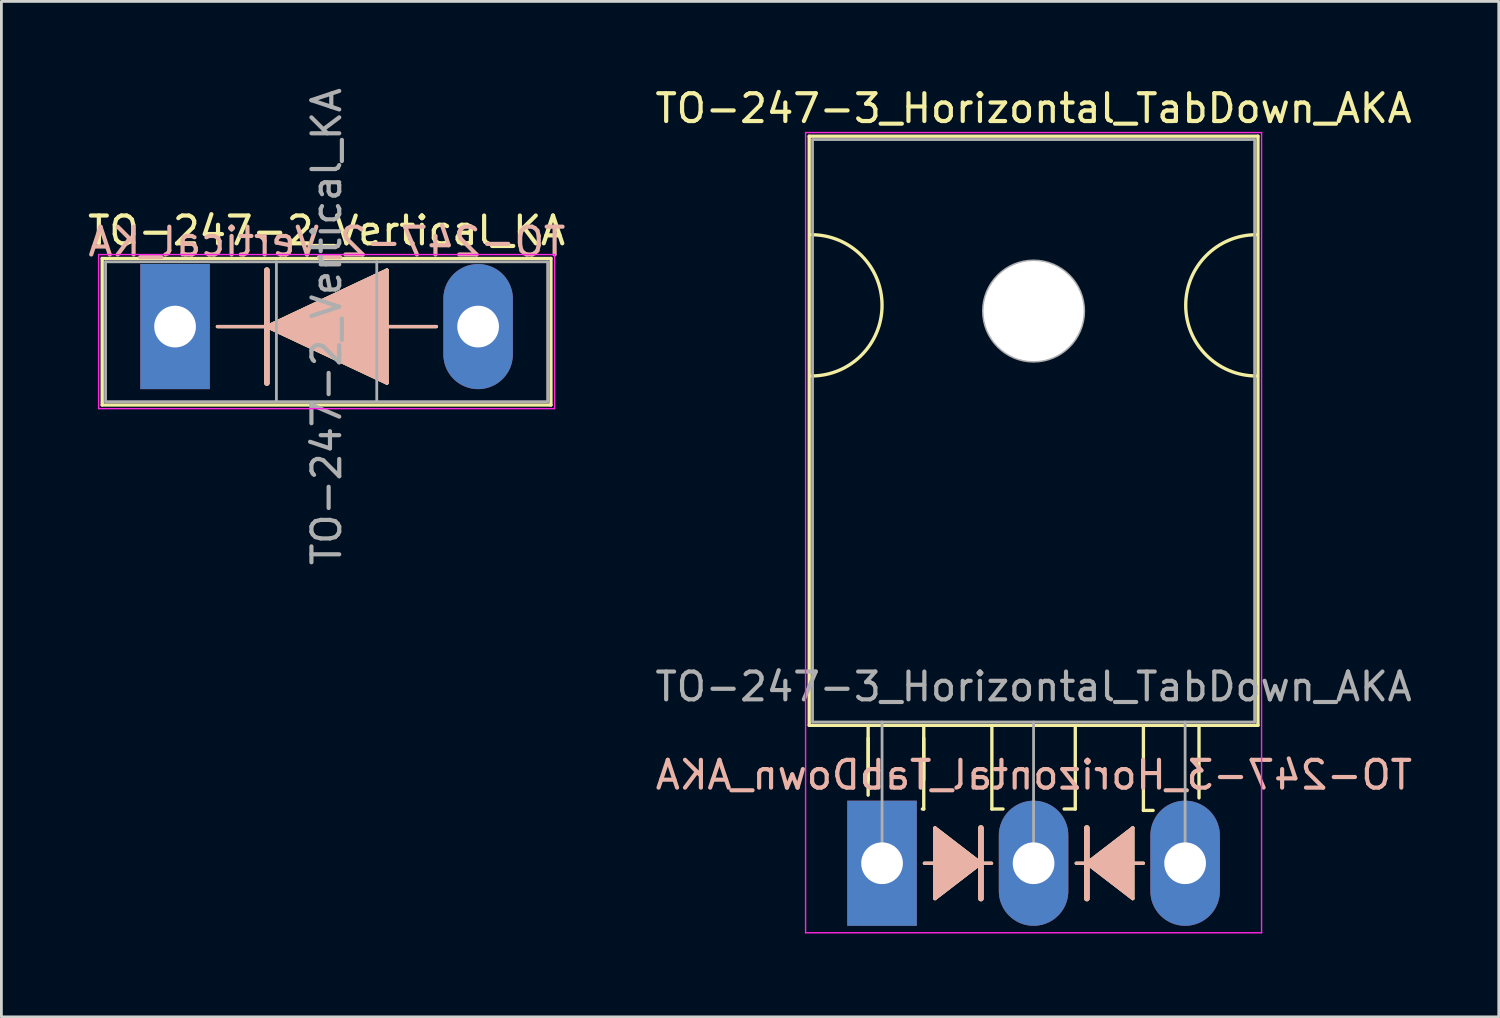
<source format=kicad_pcb>
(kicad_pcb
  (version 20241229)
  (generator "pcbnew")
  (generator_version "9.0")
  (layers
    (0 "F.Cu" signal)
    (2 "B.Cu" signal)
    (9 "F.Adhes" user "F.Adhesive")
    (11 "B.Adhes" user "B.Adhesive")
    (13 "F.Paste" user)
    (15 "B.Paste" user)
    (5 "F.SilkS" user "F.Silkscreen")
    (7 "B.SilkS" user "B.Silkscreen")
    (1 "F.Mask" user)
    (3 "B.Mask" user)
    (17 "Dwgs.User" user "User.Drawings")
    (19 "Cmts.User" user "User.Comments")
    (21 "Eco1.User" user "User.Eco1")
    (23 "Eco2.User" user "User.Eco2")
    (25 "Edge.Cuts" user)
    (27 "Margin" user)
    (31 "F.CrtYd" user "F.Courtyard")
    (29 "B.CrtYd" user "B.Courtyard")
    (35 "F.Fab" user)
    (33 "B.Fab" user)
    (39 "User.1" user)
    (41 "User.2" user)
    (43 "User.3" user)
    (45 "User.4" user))
  (footprint "TO-247-3_Horizontal_TabDown_AKA"
    (layer "F.Cu")
    (at 28.674 27.998)
    (property "Reference" "TO-247-3_Horizontal_TabDown_AKA" (at 5.45 -27.15 0) (layer "F.SilkS") (effects (font (size 1 1) (thickness 0.15))))
    (fp_line (start -2.62 -26.15) (end -2.62 -4.96) (stroke (width 0.12) (type solid)) (layer "F.SilkS"))
    (fp_line (start -2.62 -26.15) (end 13.52 -26.15) (stroke (width 0.12) (type solid)) (layer "F.SilkS"))
    (fp_line (start -2.62 -4.96) (end 13.52 -4.96) (stroke (width 0.12) (type solid)) (layer "F.SilkS"))
    (fp_line (start -0.5 -4.95) (end -0.5 -2.45) (stroke (width 0.12) (type solid)) (layer "F.SilkS"))
    (fp_line (start -0.5 -4.5) (end -0.5 -3) (stroke (width 0.12) (type solid)) (layer "F.SilkS"))
    (fp_line (start 1.5 -4.95) (end 1.5 -1.95) (stroke (width 0.12) (type solid)) (layer "F.SilkS"))
    (fp_line (start 1.5 -4.5) (end 1.5 -3) (stroke (width 0.12) (type solid)) (layer "F.SilkS"))
    (fp_line (start 1.5 -1.95) (end 1.45 -1.95) (stroke (width 0.12) (type solid)) (layer "F.SilkS"))
    (fp_line (start 1.524 0) (end 1.905 0) (stroke (width 0.12) (type solid)) (layer "F.SilkS"))
    (fp_line (start 1.905 -1.27) (end 1.905 1.27) (stroke (width 0.12) (type solid)) (layer "F.SilkS"))
    (fp_line (start 1.905 1.27) (end 3.556 0) (stroke (width 0.12) (type solid)) (layer "F.SilkS"))
    (fp_line (start 3.556 0) (end 1.905 -1.27) (stroke (width 0.12) (type solid)) (layer "F.SilkS"))
    (fp_line (start 3.556 0) (end 3.556 -1.27) (stroke (width 0.2) (type solid)) (layer "F.SilkS"))
    (fp_line (start 3.556 1.27) (end 3.556 0) (stroke (width 0.2) (type solid)) (layer "F.SilkS"))
    (fp_line (start 3.937 0) (end 3.556 0) (stroke (width 0.12) (type solid)) (layer "F.SilkS"))
    (fp_line (start 3.95 -4.9) (end 3.95 -1.95) (stroke (width 0.12) (type solid)) (layer "F.SilkS"))
    (fp_line (start 3.95 -1.95) (end 4.35 -1.95) (stroke (width 0.12) (type solid)) (layer "F.SilkS"))
    (fp_line (start 6.95 -4.95) (end 6.95 -1.95) (stroke (width 0.12) (type solid)) (layer "F.SilkS"))
    (fp_line (start 6.95 -1.95) (end 6.55 -1.95) (stroke (width 0.12) (type solid)) (layer "F.SilkS"))
    (fp_line (start 6.985 0) (end 7.366 0) (stroke (width 0.12) (type solid)) (layer "F.SilkS"))
    (fp_line (start 7.366 -1.27) (end 7.366 0) (stroke (width 0.2) (type solid)) (layer "F.SilkS"))
    (fp_line (start 7.366 0) (end 7.366 1.27) (stroke (width 0.2) (type solid)) (layer "F.SilkS"))
    (fp_line (start 7.366 0) (end 9.017 1.27) (stroke (width 0.12) (type solid)) (layer "F.SilkS"))
    (fp_line (start 9.017 -1.27) (end 7.366 0) (stroke (width 0.12) (type solid)) (layer "F.SilkS"))
    (fp_line (start 9.017 1.27) (end 9.017 -1.27) (stroke (width 0.12) (type solid)) (layer "F.SilkS"))
    (fp_line (start 9.398 0) (end 9.017 0) (stroke (width 0.12) (type solid)) (layer "F.SilkS"))
    (fp_line (start 9.4 -4.9) (end 9.4 -1.9) (stroke (width 0.12) (type solid)) (layer "F.SilkS"))
    (fp_line (start 9.4 -1.9) (end 9.75 -1.9) (stroke (width 0.12) (type solid)) (layer "F.SilkS"))
    (fp_line (start 11.4 -4.9) (end 11.4 -2.35) (stroke (width 0.12) (type solid)) (layer "F.SilkS"))
    (fp_line (start 13.52 -26.15) (end 13.52 -4.96) (stroke (width 0.12) (type solid)) (layer "F.SilkS"))
    (fp_arc (start -2.54 -22.606) (mid 0 -20.066) (end -2.54 -17.526) (stroke (width 0.12) (type solid)) (layer "F.SilkS"))
    (fp_arc (start 13.462 -17.526) (mid 10.922 -20.066) (end 13.462 -22.606) (stroke (width 0.12) (type solid)) (layer "F.SilkS"))
    (fp_poly (pts (xy 3.556 0) (xy 1.905 1.27) (xy 1.905 -1.27)) (stroke (width 0.1) (type solid)) (fill yes) (layer "F.SilkS"))
    (fp_poly (pts (xy 9.017 1.27) (xy 7.366 0) (xy 9.017 -1.27)) (stroke (width 0.1) (type solid)) (fill yes) (layer "F.SilkS"))
    (fp_line (start 1.524 0) (end 1.905 0) (stroke (width 0.12) (type solid)) (layer "B.SilkS"))
    (fp_line (start 1.905 -1.27) (end 3.556 0) (stroke (width 0.12) (type solid)) (layer "B.SilkS"))
    (fp_line (start 1.905 1.27) (end 1.905 -1.27) (stroke (width 0.12) (type solid)) (layer "B.SilkS"))
    (fp_line (start 3.556 -1.27) (end 3.556 0) (stroke (width 0.2) (type solid)) (layer "B.SilkS"))
    (fp_line (start 3.556 0) (end 1.905 1.27) (stroke (width 0.12) (type solid)) (layer "B.SilkS"))
    (fp_line (start 3.556 0) (end 3.556 1.27) (stroke (width 0.2) (type solid)) (layer "B.SilkS"))
    (fp_line (start 3.937 0) (end 3.556 0) (stroke (width 0.12) (type solid)) (layer "B.SilkS"))
    (fp_line (start 6.985 0) (end 7.366 0) (stroke (width 0.12) (type solid)) (layer "B.SilkS"))
    (fp_line (start 7.366 0) (end 7.366 -1.27) (stroke (width 0.2) (type solid)) (layer "B.SilkS"))
    (fp_line (start 7.366 0) (end 9.017 -1.27) (stroke (width 0.12) (type solid)) (layer "B.SilkS"))
    (fp_line (start 7.366 1.27) (end 7.366 0) (stroke (width 0.2) (type solid)) (layer "B.SilkS"))
    (fp_line (start 9.017 -1.27) (end 9.017 1.27) (stroke (width 0.12) (type solid)) (layer "B.SilkS"))
    (fp_line (start 9.017 1.27) (end 7.366 0) (stroke (width 0.12) (type solid)) (layer "B.SilkS"))
    (fp_line (start 9.398 0) (end 9.017 0) (stroke (width 0.12) (type solid)) (layer "B.SilkS"))
    (fp_poly (pts (xy 3.556 0) (xy 1.905 -1.27) (xy 1.905 1.27)) (stroke (width 0.1) (type solid)) (fill yes) (layer "B.SilkS"))
    (fp_poly (pts (xy 7.366 0) (xy 9.017 1.27) (xy 9.017 -1.27)) (stroke (width 0.1) (type solid)) (fill yes) (layer "B.SilkS"))
    (fp_line (start -2.75 -26.28) (end -2.75 2.5) (stroke (width 0.05) (type solid)) (layer "F.CrtYd"))
    (fp_line (start -2.75 2.5) (end 13.65 2.5) (stroke (width 0.05) (type solid)) (layer "F.CrtYd"))
    (fp_line (start 13.65 -26.28) (end -2.75 -26.28) (stroke (width 0.05) (type solid)) (layer "F.CrtYd"))
    (fp_line (start 13.65 2.5) (end 13.65 -26.28) (stroke (width 0.05) (type solid)) (layer "F.CrtYd"))
    (fp_line (start -2.5 -26.03) (end 13.4 -26.03) (stroke (width 0.1) (type solid)) (layer "F.Fab"))
    (fp_line (start -2.5 -5.08) (end -2.5 -26.03) (stroke (width 0.1) (type solid)) (layer "F.Fab"))
    (fp_line (start 0 -5.08) (end 0 0) (stroke (width 0.1) (type solid)) (layer "F.Fab"))
    (fp_line (start 5.45 -5.08) (end 5.45 0) (stroke (width 0.1) (type solid)) (layer "F.Fab"))
    (fp_line (start 10.9 -5.08) (end 10.9 0) (stroke (width 0.1) (type solid)) (layer "F.Fab"))
    (fp_line (start 13.4 -26.03) (end 13.4 -5.08) (stroke (width 0.1) (type solid)) (layer "F.Fab"))
    (fp_line (start 13.4 -5.08) (end -2.5 -5.08) (stroke (width 0.1) (type solid)) (layer "F.Fab"))
    (fp_circle (center 5.45 -19.86) (end 7.255 -19.86) (stroke (width 0.1) (type solid)) (fill no) (layer "F.Fab"))
    (fp_text user "${REFERENCE}" (at 5.461 -3.175 0) (layer "B.SilkS") (effects (font (size 1 1) (thickness 0.15)) (justify mirror)))
    (fp_text user "${REFERENCE}" (at 5.45 -6.35 0) (layer "F.Fab") (effects (font (size 1 1) (thickness 0.15))))
    (pad "" np_thru_hole oval (at 5.45 -19.86) (size 3.6 3.6) (drill 3.6) (layers "*.Cu" "*.Mask"))
    (pad "1" thru_hole rect (at 0 0) (size 2.5 4.5) (drill 1.5) (layers "*.Cu" "*.Mask"))
    (pad "2" thru_hole oval (at 5.45 0) (size 2.5 4.5) (drill 1.5) (layers "*.Cu" "*.Mask"))
    (pad "3" thru_hole oval (at 10.9 0) (size 2.5 4.5) (drill 1.5) (layers "*.Cu" "*.Mask")))
  (footprint "TO-247-2_Vertical_KA"
    (layer "F.Cu")
    (at 3.246 8.696)
    (property "Reference" "TO-247-2_Vertical_KA" (at 5.45 -3.45 0) (layer "F.SilkS") (effects (font (size 1 1) (thickness 0.15))))
    (fp_line (start -2.62 -2.451) (end -2.62 2.82) (stroke (width 0.12) (type solid)) (layer "F.SilkS"))
    (fp_line (start -2.62 -2.451) (end 13.52 -2.451) (stroke (width 0.12) (type solid)) (layer "F.SilkS"))
    (fp_line (start -2.62 2.82) (end 13.52 2.82) (stroke (width 0.12) (type solid)) (layer "F.SilkS"))
    (fp_line (start 1.524 0) (end 3.302 0) (stroke (width 0.12) (type solid)) (layer "F.SilkS"))
    (fp_line (start 3.302 0) (end 3.302 -2.032) (stroke (width 0.2) (type solid)) (layer "F.SilkS"))
    (fp_line (start 3.302 0) (end 7.62 -2.032) (stroke (width 0.12) (type solid)) (layer "F.SilkS"))
    (fp_line (start 3.302 2.032) (end 3.302 0) (stroke (width 0.2) (type solid)) (layer "F.SilkS"))
    (fp_line (start 7.62 -2.032) (end 7.62 2.032) (stroke (width 0.12) (type solid)) (layer "F.SilkS"))
    (fp_line (start 7.62 0) (end 9.398 0) (stroke (width 0.12) (type solid)) (layer "F.SilkS"))
    (fp_line (start 7.62 2.032) (end 3.302 0) (stroke (width 0.12) (type solid)) (layer "F.SilkS"))
    (fp_line (start 13.52 -2.451) (end 13.52 2.82) (stroke (width 0.12) (type solid)) (layer "F.SilkS"))
    (fp_poly (pts (xy 7.62 2.032) (xy 3.302 0) (xy 7.62 -2.032)) (stroke (width 0.1) (type solid)) (fill yes) (layer "F.SilkS"))
    (fp_line (start 1.524 0) (end 3.302 0) (stroke (width 0.12) (type solid)) (layer "B.SilkS"))
    (fp_line (start 3.302 -2.032) (end 3.302 0) (stroke (width 0.2) (type solid)) (layer "B.SilkS"))
    (fp_line (start 3.302 0) (end 3.302 2.032) (stroke (width 0.2) (type solid)) (layer "B.SilkS"))
    (fp_line (start 3.302 0) (end 7.62 2.032) (stroke (width 0.12) (type solid)) (layer "B.SilkS"))
    (fp_line (start 7.62 -2.032) (end 3.302 0) (stroke (width 0.12) (type solid)) (layer "B.SilkS"))
    (fp_line (start 7.62 0) (end 9.398 0) (stroke (width 0.12) (type solid)) (layer "B.SilkS"))
    (fp_line (start 7.62 2.032) (end 7.62 -2.032) (stroke (width 0.12) (type solid)) (layer "B.SilkS"))
    (fp_poly (pts (xy 7.62 -2.032) (xy 3.302 0) (xy 7.62 2.032)) (stroke (width 0.1) (type solid)) (fill yes) (layer "B.SilkS"))
    (fp_line (start -2.75 -2.59) (end -2.75 2.95) (stroke (width 0.05) (type solid)) (layer "F.CrtYd"))
    (fp_line (start -2.75 2.95) (end 13.65 2.95) (stroke (width 0.05) (type solid)) (layer "F.CrtYd"))
    (fp_line (start 13.65 -2.59) (end -2.75 -2.59) (stroke (width 0.05) (type solid)) (layer "F.CrtYd"))
    (fp_line (start 13.65 2.95) (end 13.65 -2.59) (stroke (width 0.05) (type solid)) (layer "F.CrtYd"))
    (fp_line (start -2.5 -2.33) (end -2.5 2.7) (stroke (width 0.1) (type solid)) (layer "F.Fab"))
    (fp_line (start -2.5 2.7) (end 13.4 2.7) (stroke (width 0.1) (type solid)) (layer "F.Fab"))
    (fp_line (start 3.645 -2.33) (end 3.645 2.7) (stroke (width 0.1) (type solid)) (layer "F.Fab"))
    (fp_line (start 7.255 -2.33) (end 7.255 2.7) (stroke (width 0.1) (type solid)) (layer "F.Fab"))
    (fp_line (start 13.4 -2.33) (end -2.5 -2.33) (stroke (width 0.1) (type solid)) (layer "F.Fab"))
    (fp_line (start 13.4 2.7) (end 13.4 -2.33) (stroke (width 0.1) (type solid)) (layer "F.Fab"))
    (fp_text user "${REFERENCE}" (at 5.461 -3.048 0) (layer "B.SilkS") (effects (font (size 1 1) (thickness 0.15)) (justify mirror)))
    (fp_text user "${REFERENCE}" (at 5.45 0 90) (layer "F.Fab") (effects (font (size 1 1) (thickness 0.15))))
    (pad "1" thru_hole rect (at 0 0) (size 2.5 4.5) (drill 1.5) (layers "*.Cu" "*.Mask"))
    (pad "2" thru_hole oval (at 10.9 0) (size 2.5 4.5) (drill 1.5) (layers "*.Cu" "*.Mask")))
  (gr_rect
    (start -3 -3)
    (end 50.855 33.523)
    (stroke (width 0.1) (type default))
    (fill no)
    (layer "Edge.Cuts")))
</source>
